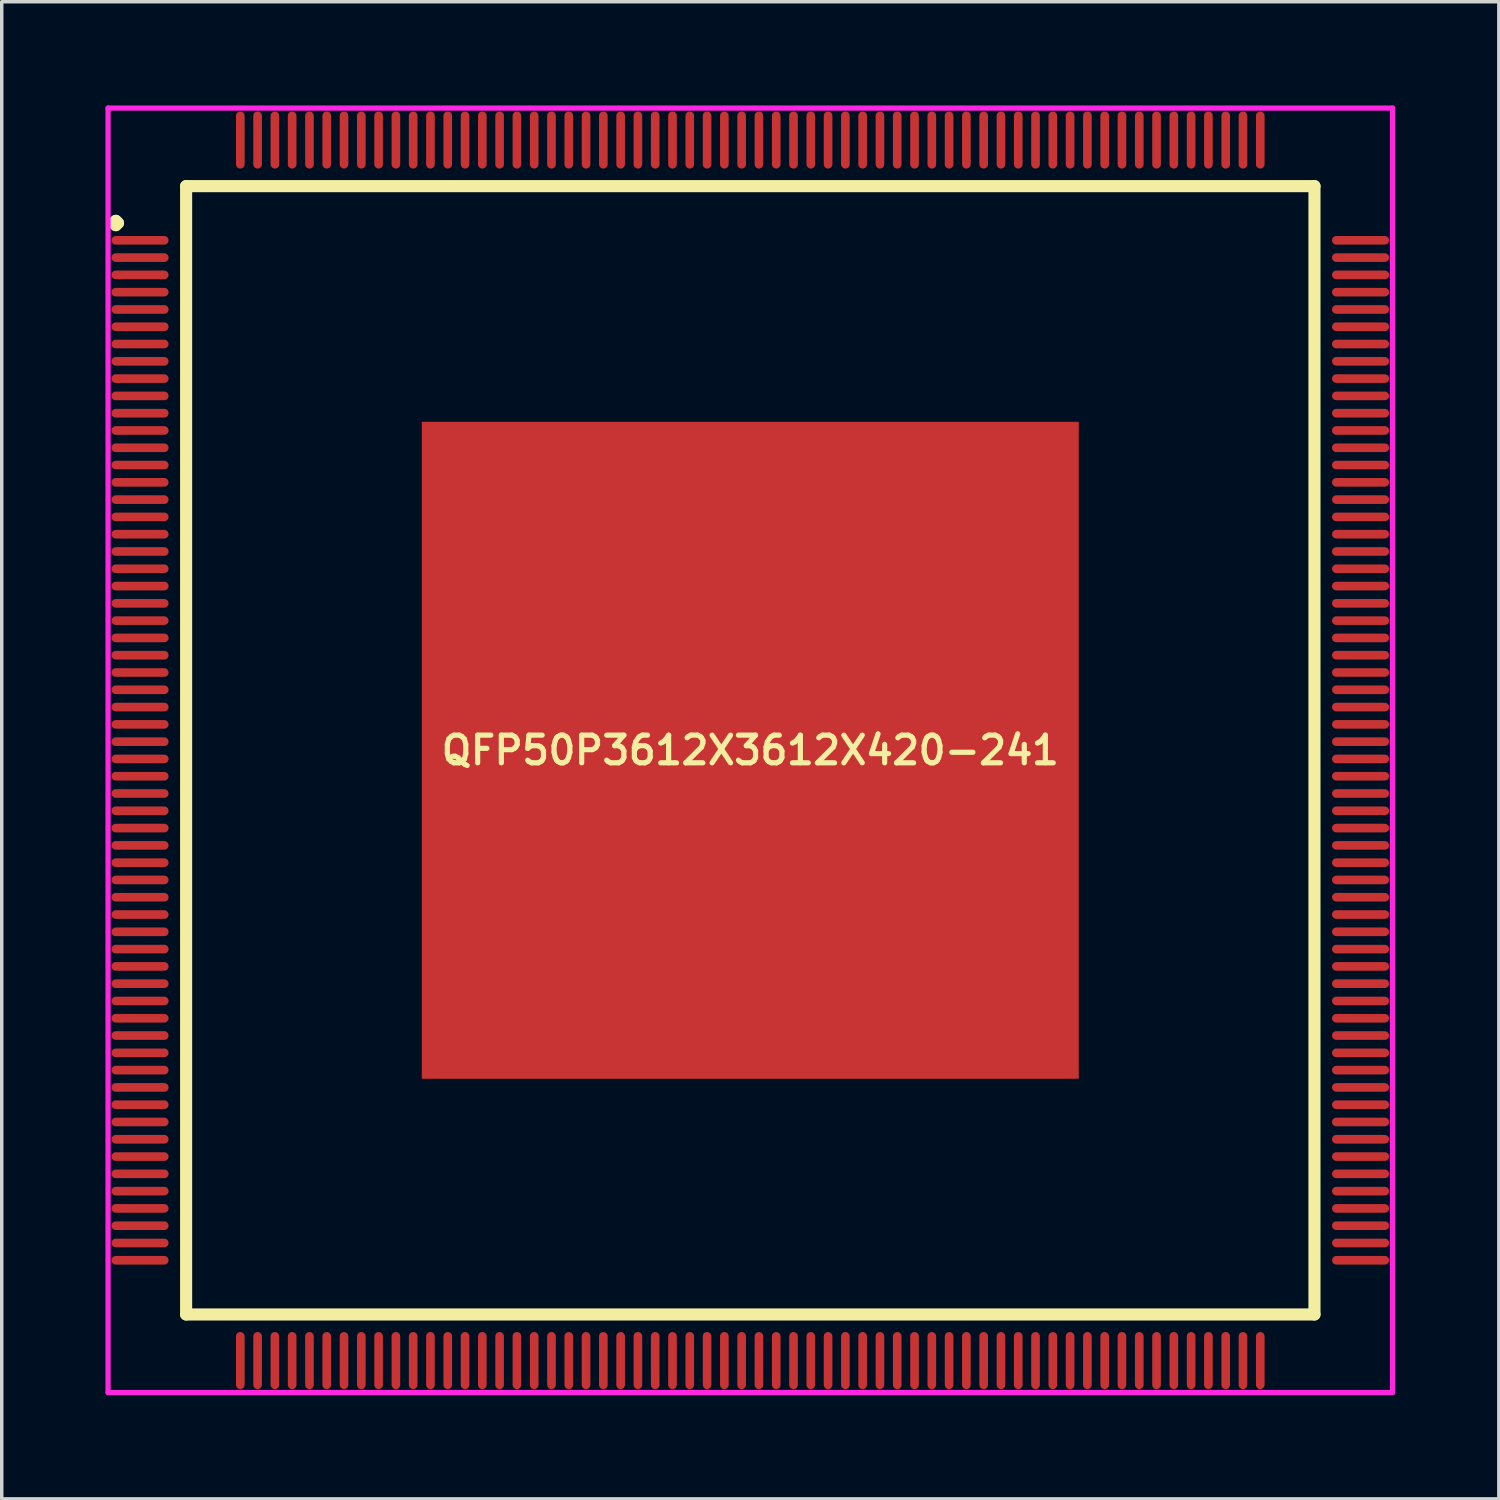
<source format=kicad_pcb>
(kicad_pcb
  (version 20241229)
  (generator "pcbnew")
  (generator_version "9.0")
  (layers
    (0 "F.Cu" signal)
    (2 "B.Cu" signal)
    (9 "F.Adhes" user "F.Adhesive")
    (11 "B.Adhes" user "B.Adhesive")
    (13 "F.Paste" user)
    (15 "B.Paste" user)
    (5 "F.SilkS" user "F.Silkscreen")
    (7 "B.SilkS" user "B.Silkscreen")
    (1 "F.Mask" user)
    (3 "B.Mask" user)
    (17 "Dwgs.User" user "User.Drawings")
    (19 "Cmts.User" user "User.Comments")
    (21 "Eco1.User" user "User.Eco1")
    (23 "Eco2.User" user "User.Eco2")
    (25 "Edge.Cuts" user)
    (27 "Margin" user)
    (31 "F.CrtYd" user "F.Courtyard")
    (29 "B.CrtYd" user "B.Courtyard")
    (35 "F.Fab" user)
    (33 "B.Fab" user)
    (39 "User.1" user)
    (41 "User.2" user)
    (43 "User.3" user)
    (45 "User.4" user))
  (footprint "QFP50P3612X3612X420-241"
    (layer "F.Cu")
    (at 18.65 18.65)
    (property "Reference" "QFP50P3612X3612X420-241" (at 0 0 0) (layer "F.SilkS") (effects (font (size 0.8 0.8) (thickness 0.15))))
    (attr smd)
    (fp_line (start -18.413 -15.25) (end -18.35 -15.312) (stroke (width 0.35) (type solid)) (layer "F.SilkS"))
    (fp_line (start -18.35 -15.312) (end -18.288 -15.25) (stroke (width 0.35) (type solid)) (layer "F.SilkS"))
    (fp_line (start -18.35 -15.188) (end -18.413 -15.25) (stroke (width 0.35) (type solid)) (layer "F.SilkS"))
    (fp_line (start -18.288 -15.25) (end -18.35 -15.188) (stroke (width 0.35) (type solid)) (layer "F.SilkS"))
    (fp_line (start -16.317 -16.317) (end -16.317 16.317) (stroke (width 0.35) (type solid)) (layer "F.SilkS"))
    (fp_line (start -16.317 16.317) (end 16.317 16.317) (stroke (width 0.35) (type solid)) (layer "F.SilkS"))
    (fp_line (start 16.317 -16.317) (end -16.317 -16.317) (stroke (width 0.35) (type solid)) (layer "F.SilkS"))
    (fp_line (start 16.317 16.317) (end 16.317 -16.317) (stroke (width 0.35) (type solid)) (layer "F.SilkS"))
    (fp_line (start -18.575 -18.575) (end 18.575 -18.575) (stroke (width 0.15) (type solid)) (layer "F.CrtYd"))
    (fp_line (start -18.575 18.575) (end -18.575 -18.575) (stroke (width 0.15) (type solid)) (layer "F.CrtYd"))
    (fp_line (start 18.575 -18.575) (end 18.575 18.575) (stroke (width 0.15) (type solid)) (layer "F.CrtYd"))
    (fp_line (start 18.575 18.575) (end -18.575 18.575) (stroke (width 0.15) (type solid)) (layer "F.CrtYd"))
    (pad "1" smd oval (at -17.65 -14.75) (size 1.65 0.25) (layers "F.Cu" "F.Mask" "F.Paste"))
    (pad "2" smd oval (at -17.65 -14.25) (size 1.65 0.25) (layers "F.Cu" "F.Mask" "F.Paste"))
    (pad "3" smd oval (at -17.65 -13.75) (size 1.65 0.25) (layers "F.Cu" "F.Mask" "F.Paste"))
    (pad "4" smd oval (at -17.65 -13.25) (size 1.65 0.25) (layers "F.Cu" "F.Mask" "F.Paste"))
    (pad "5" smd oval (at -17.65 -12.75) (size 1.65 0.25) (layers "F.Cu" "F.Mask" "F.Paste"))
    (pad "6" smd oval (at -17.65 -12.25) (size 1.65 0.25) (layers "F.Cu" "F.Mask" "F.Paste"))
    (pad "7" smd oval (at -17.65 -11.75) (size 1.65 0.25) (layers "F.Cu" "F.Mask" "F.Paste"))
    (pad "8" smd oval (at -17.65 -11.25) (size 1.65 0.25) (layers "F.Cu" "F.Mask" "F.Paste"))
    (pad "9" smd oval (at -17.65 -10.75) (size 1.65 0.25) (layers "F.Cu" "F.Mask" "F.Paste"))
    (pad "10" smd oval (at -17.65 -10.25) (size 1.65 0.25) (layers "F.Cu" "F.Mask" "F.Paste"))
    (pad "11" smd oval (at -17.65 -9.75) (size 1.65 0.25) (layers "F.Cu" "F.Mask" "F.Paste"))
    (pad "12" smd oval (at -17.65 -9.25) (size 1.65 0.25) (layers "F.Cu" "F.Mask" "F.Paste"))
    (pad "13" smd oval (at -17.65 -8.75) (size 1.65 0.25) (layers "F.Cu" "F.Mask" "F.Paste"))
    (pad "14" smd oval (at -17.65 -8.25) (size 1.65 0.25) (layers "F.Cu" "F.Mask" "F.Paste"))
    (pad "15" smd oval (at -17.65 -7.75) (size 1.65 0.25) (layers "F.Cu" "F.Mask" "F.Paste"))
    (pad "16" smd oval (at -17.65 -7.25) (size 1.65 0.25) (layers "F.Cu" "F.Mask" "F.Paste"))
    (pad "17" smd oval (at -17.65 -6.75) (size 1.65 0.25) (layers "F.Cu" "F.Mask" "F.Paste"))
    (pad "18" smd oval (at -17.65 -6.25) (size 1.65 0.25) (layers "F.Cu" "F.Mask" "F.Paste"))
    (pad "19" smd oval (at -17.65 -5.75) (size 1.65 0.25) (layers "F.Cu" "F.Mask" "F.Paste"))
    (pad "20" smd oval (at -17.65 -5.25) (size 1.65 0.25) (layers "F.Cu" "F.Mask" "F.Paste"))
    (pad "21" smd oval (at -17.65 -4.75) (size 1.65 0.25) (layers "F.Cu" "F.Mask" "F.Paste"))
    (pad "22" smd oval (at -17.65 -4.25) (size 1.65 0.25) (layers "F.Cu" "F.Mask" "F.Paste"))
    (pad "23" smd oval (at -17.65 -3.75) (size 1.65 0.25) (layers "F.Cu" "F.Mask" "F.Paste"))
    (pad "24" smd oval (at -17.65 -3.25) (size 1.65 0.25) (layers "F.Cu" "F.Mask" "F.Paste"))
    (pad "25" smd oval (at -17.65 -2.75) (size 1.65 0.25) (layers "F.Cu" "F.Mask" "F.Paste"))
    (pad "26" smd oval (at -17.65 -2.25) (size 1.65 0.25) (layers "F.Cu" "F.Mask" "F.Paste"))
    (pad "27" smd oval (at -17.65 -1.75) (size 1.65 0.25) (layers "F.Cu" "F.Mask" "F.Paste"))
    (pad "28" smd oval (at -17.65 -1.25) (size 1.65 0.25) (layers "F.Cu" "F.Mask" "F.Paste"))
    (pad "29" smd oval (at -17.65 -0.75) (size 1.65 0.25) (layers "F.Cu" "F.Mask" "F.Paste"))
    (pad "30" smd oval (at -17.65 -0.25) (size 1.65 0.25) (layers "F.Cu" "F.Mask" "F.Paste"))
    (pad "31" smd oval (at -17.65 0.25) (size 1.65 0.25) (layers "F.Cu" "F.Mask" "F.Paste"))
    (pad "32" smd oval (at -17.65 0.75) (size 1.65 0.25) (layers "F.Cu" "F.Mask" "F.Paste"))
    (pad "33" smd oval (at -17.65 1.25) (size 1.65 0.25) (layers "F.Cu" "F.Mask" "F.Paste"))
    (pad "34" smd oval (at -17.65 1.75) (size 1.65 0.25) (layers "F.Cu" "F.Mask" "F.Paste"))
    (pad "35" smd oval (at -17.65 2.25) (size 1.65 0.25) (layers "F.Cu" "F.Mask" "F.Paste"))
    (pad "36" smd oval (at -17.65 2.75) (size 1.65 0.25) (layers "F.Cu" "F.Mask" "F.Paste"))
    (pad "37" smd oval (at -17.65 3.25) (size 1.65 0.25) (layers "F.Cu" "F.Mask" "F.Paste"))
    (pad "38" smd oval (at -17.65 3.75) (size 1.65 0.25) (layers "F.Cu" "F.Mask" "F.Paste"))
    (pad "39" smd oval (at -17.65 4.25) (size 1.65 0.25) (layers "F.Cu" "F.Mask" "F.Paste"))
    (pad "40" smd oval (at -17.65 4.75) (size 1.65 0.25) (layers "F.Cu" "F.Mask" "F.Paste"))
    (pad "41" smd oval (at -17.65 5.25) (size 1.65 0.25) (layers "F.Cu" "F.Mask" "F.Paste"))
    (pad "42" smd oval (at -17.65 5.75) (size 1.65 0.25) (layers "F.Cu" "F.Mask" "F.Paste"))
    (pad "43" smd oval (at -17.65 6.25) (size 1.65 0.25) (layers "F.Cu" "F.Mask" "F.Paste"))
    (pad "44" smd oval (at -17.65 6.75) (size 1.65 0.25) (layers "F.Cu" "F.Mask" "F.Paste"))
    (pad "45" smd oval (at -17.65 7.25) (size 1.65 0.25) (layers "F.Cu" "F.Mask" "F.Paste"))
    (pad "46" smd oval (at -17.65 7.75) (size 1.65 0.25) (layers "F.Cu" "F.Mask" "F.Paste"))
    (pad "47" smd oval (at -17.65 8.25) (size 1.65 0.25) (layers "F.Cu" "F.Mask" "F.Paste"))
    (pad "48" smd oval (at -17.65 8.75) (size 1.65 0.25) (layers "F.Cu" "F.Mask" "F.Paste"))
    (pad "49" smd oval (at -17.65 9.25) (size 1.65 0.25) (layers "F.Cu" "F.Mask" "F.Paste"))
    (pad "50" smd oval (at -17.65 9.75) (size 1.65 0.25) (layers "F.Cu" "F.Mask" "F.Paste"))
    (pad "51" smd oval (at -17.65 10.25) (size 1.65 0.25) (layers "F.Cu" "F.Mask" "F.Paste"))
    (pad "52" smd oval (at -17.65 10.75) (size 1.65 0.25) (layers "F.Cu" "F.Mask" "F.Paste"))
    (pad "53" smd oval (at -17.65 11.25) (size 1.65 0.25) (layers "F.Cu" "F.Mask" "F.Paste"))
    (pad "54" smd oval (at -17.65 11.75) (size 1.65 0.25) (layers "F.Cu" "F.Mask" "F.Paste"))
    (pad "55" smd oval (at -17.65 12.25) (size 1.65 0.25) (layers "F.Cu" "F.Mask" "F.Paste"))
    (pad "56" smd oval (at -17.65 12.75) (size 1.65 0.25) (layers "F.Cu" "F.Mask" "F.Paste"))
    (pad "57" smd oval (at -17.65 13.25) (size 1.65 0.25) (layers "F.Cu" "F.Mask" "F.Paste"))
    (pad "58" smd oval (at -17.65 13.75) (size 1.65 0.25) (layers "F.Cu" "F.Mask" "F.Paste"))
    (pad "59" smd oval (at -17.65 14.25) (size 1.65 0.25) (layers "F.Cu" "F.Mask" "F.Paste"))
    (pad "60" smd oval (at -17.65 14.75) (size 1.65 0.25) (layers "F.Cu" "F.Mask" "F.Paste"))
    (pad "61" smd oval (at -14.75 17.65) (size 0.25 1.65) (layers "F.Cu" "F.Mask" "F.Paste"))
    (pad "62" smd oval (at -14.25 17.65) (size 0.25 1.65) (layers "F.Cu" "F.Mask" "F.Paste"))
    (pad "63" smd oval (at -13.75 17.65) (size 0.25 1.65) (layers "F.Cu" "F.Mask" "F.Paste"))
    (pad "64" smd oval (at -13.25 17.65) (size 0.25 1.65) (layers "F.Cu" "F.Mask" "F.Paste"))
    (pad "65" smd oval (at -12.75 17.65) (size 0.25 1.65) (layers "F.Cu" "F.Mask" "F.Paste"))
    (pad "66" smd oval (at -12.25 17.65) (size 0.25 1.65) (layers "F.Cu" "F.Mask" "F.Paste"))
    (pad "67" smd oval (at -11.75 17.65) (size 0.25 1.65) (layers "F.Cu" "F.Mask" "F.Paste"))
    (pad "68" smd oval (at -11.25 17.65) (size 0.25 1.65) (layers "F.Cu" "F.Mask" "F.Paste"))
    (pad "69" smd oval (at -10.75 17.65) (size 0.25 1.65) (layers "F.Cu" "F.Mask" "F.Paste"))
    (pad "70" smd oval (at -10.25 17.65) (size 0.25 1.65) (layers "F.Cu" "F.Mask" "F.Paste"))
    (pad "71" smd oval (at -9.75 17.65) (size 0.25 1.65) (layers "F.Cu" "F.Mask" "F.Paste"))
    (pad "72" smd oval (at -9.25 17.65) (size 0.25 1.65) (layers "F.Cu" "F.Mask" "F.Paste"))
    (pad "73" smd oval (at -8.75 17.65) (size 0.25 1.65) (layers "F.Cu" "F.Mask" "F.Paste"))
    (pad "74" smd oval (at -8.25 17.65) (size 0.25 1.65) (layers "F.Cu" "F.Mask" "F.Paste"))
    (pad "75" smd oval (at -7.75 17.65) (size 0.25 1.65) (layers "F.Cu" "F.Mask" "F.Paste"))
    (pad "76" smd oval (at -7.25 17.65) (size 0.25 1.65) (layers "F.Cu" "F.Mask" "F.Paste"))
    (pad "77" smd oval (at -6.75 17.65) (size 0.25 1.65) (layers "F.Cu" "F.Mask" "F.Paste"))
    (pad "78" smd oval (at -6.25 17.65) (size 0.25 1.65) (layers "F.Cu" "F.Mask" "F.Paste"))
    (pad "79" smd oval (at -5.75 17.65) (size 0.25 1.65) (layers "F.Cu" "F.Mask" "F.Paste"))
    (pad "80" smd oval (at -5.25 17.65) (size 0.25 1.65) (layers "F.Cu" "F.Mask" "F.Paste"))
    (pad "81" smd oval (at -4.75 17.65) (size 0.25 1.65) (layers "F.Cu" "F.Mask" "F.Paste"))
    (pad "82" smd oval (at -4.25 17.65) (size 0.25 1.65) (layers "F.Cu" "F.Mask" "F.Paste"))
    (pad "83" smd oval (at -3.75 17.65) (size 0.25 1.65) (layers "F.Cu" "F.Mask" "F.Paste"))
    (pad "84" smd oval (at -3.25 17.65) (size 0.25 1.65) (layers "F.Cu" "F.Mask" "F.Paste"))
    (pad "85" smd oval (at -2.75 17.65) (size 0.25 1.65) (layers "F.Cu" "F.Mask" "F.Paste"))
    (pad "86" smd oval (at -2.25 17.65) (size 0.25 1.65) (layers "F.Cu" "F.Mask" "F.Paste"))
    (pad "87" smd oval (at -1.75 17.65) (size 0.25 1.65) (layers "F.Cu" "F.Mask" "F.Paste"))
    (pad "88" smd oval (at -1.25 17.65) (size 0.25 1.65) (layers "F.Cu" "F.Mask" "F.Paste"))
    (pad "89" smd oval (at -0.75 17.65) (size 0.25 1.65) (layers "F.Cu" "F.Mask" "F.Paste"))
    (pad "90" smd oval (at -0.25 17.65) (size 0.25 1.65) (layers "F.Cu" "F.Mask" "F.Paste"))
    (pad "91" smd oval (at 0.25 17.65) (size 0.25 1.65) (layers "F.Cu" "F.Mask" "F.Paste"))
    (pad "92" smd oval (at 0.75 17.65) (size 0.25 1.65) (layers "F.Cu" "F.Mask" "F.Paste"))
    (pad "93" smd oval (at 1.25 17.65) (size 0.25 1.65) (layers "F.Cu" "F.Mask" "F.Paste"))
    (pad "94" smd oval (at 1.75 17.65) (size 0.25 1.65) (layers "F.Cu" "F.Mask" "F.Paste"))
    (pad "95" smd oval (at 2.25 17.65) (size 0.25 1.65) (layers "F.Cu" "F.Mask" "F.Paste"))
    (pad "96" smd oval (at 2.75 17.65) (size 0.25 1.65) (layers "F.Cu" "F.Mask" "F.Paste"))
    (pad "97" smd oval (at 3.25 17.65) (size 0.25 1.65) (layers "F.Cu" "F.Mask" "F.Paste"))
    (pad "98" smd oval (at 3.75 17.65) (size 0.25 1.65) (layers "F.Cu" "F.Mask" "F.Paste"))
    (pad "99" smd oval (at 4.25 17.65) (size 0.25 1.65) (layers "F.Cu" "F.Mask" "F.Paste"))
    (pad "100" smd oval (at 4.75 17.65) (size 0.25 1.65) (layers "F.Cu" "F.Mask" "F.Paste"))
    (pad "101" smd oval (at 5.25 17.65) (size 0.25 1.65) (layers "F.Cu" "F.Mask" "F.Paste"))
    (pad "102" smd oval (at 5.75 17.65) (size 0.25 1.65) (layers "F.Cu" "F.Mask" "F.Paste"))
    (pad "103" smd oval (at 6.25 17.65) (size 0.25 1.65) (layers "F.Cu" "F.Mask" "F.Paste"))
    (pad "104" smd oval (at 6.75 17.65) (size 0.25 1.65) (layers "F.Cu" "F.Mask" "F.Paste"))
    (pad "105" smd oval (at 7.25 17.65) (size 0.25 1.65) (layers "F.Cu" "F.Mask" "F.Paste"))
    (pad "106" smd oval (at 7.75 17.65) (size 0.25 1.65) (layers "F.Cu" "F.Mask" "F.Paste"))
    (pad "107" smd oval (at 8.25 17.65) (size 0.25 1.65) (layers "F.Cu" "F.Mask" "F.Paste"))
    (pad "108" smd oval (at 8.75 17.65) (size 0.25 1.65) (layers "F.Cu" "F.Mask" "F.Paste"))
    (pad "109" smd oval (at 9.25 17.65) (size 0.25 1.65) (layers "F.Cu" "F.Mask" "F.Paste"))
    (pad "110" smd oval (at 9.75 17.65) (size 0.25 1.65) (layers "F.Cu" "F.Mask" "F.Paste"))
    (pad "111" smd oval (at 10.25 17.65) (size 0.25 1.65) (layers "F.Cu" "F.Mask" "F.Paste"))
    (pad "112" smd oval (at 10.75 17.65) (size 0.25 1.65) (layers "F.Cu" "F.Mask" "F.Paste"))
    (pad "113" smd oval (at 11.25 17.65) (size 0.25 1.65) (layers "F.Cu" "F.Mask" "F.Paste"))
    (pad "114" smd oval (at 11.75 17.65) (size 0.25 1.65) (layers "F.Cu" "F.Mask" "F.Paste"))
    (pad "115" smd oval (at 12.25 17.65) (size 0.25 1.65) (layers "F.Cu" "F.Mask" "F.Paste"))
    (pad "116" smd oval (at 12.75 17.65) (size 0.25 1.65) (layers "F.Cu" "F.Mask" "F.Paste"))
    (pad "117" smd oval (at 13.25 17.65) (size 0.25 1.65) (layers "F.Cu" "F.Mask" "F.Paste"))
    (pad "118" smd oval (at 13.75 17.65) (size 0.25 1.65) (layers "F.Cu" "F.Mask" "F.Paste"))
    (pad "119" smd oval (at 14.25 17.65) (size 0.25 1.65) (layers "F.Cu" "F.Mask" "F.Paste"))
    (pad "120" smd oval (at 14.75 17.65) (size 0.25 1.65) (layers "F.Cu" "F.Mask" "F.Paste"))
    (pad "121" smd oval (at 17.65 14.75) (size 1.65 0.25) (layers "F.Cu" "F.Mask" "F.Paste"))
    (pad "122" smd oval (at 17.65 14.25) (size 1.65 0.25) (layers "F.Cu" "F.Mask" "F.Paste"))
    (pad "123" smd oval (at 17.65 13.75) (size 1.65 0.25) (layers "F.Cu" "F.Mask" "F.Paste"))
    (pad "124" smd oval (at 17.65 13.25) (size 1.65 0.25) (layers "F.Cu" "F.Mask" "F.Paste"))
    (pad "125" smd oval (at 17.65 12.75) (size 1.65 0.25) (layers "F.Cu" "F.Mask" "F.Paste"))
    (pad "126" smd oval (at 17.65 12.25) (size 1.65 0.25) (layers "F.Cu" "F.Mask" "F.Paste"))
    (pad "127" smd oval (at 17.65 11.75) (size 1.65 0.25) (layers "F.Cu" "F.Mask" "F.Paste"))
    (pad "128" smd oval (at 17.65 11.25) (size 1.65 0.25) (layers "F.Cu" "F.Mask" "F.Paste"))
    (pad "129" smd oval (at 17.65 10.75) (size 1.65 0.25) (layers "F.Cu" "F.Mask" "F.Paste"))
    (pad "130" smd oval (at 17.65 10.25) (size 1.65 0.25) (layers "F.Cu" "F.Mask" "F.Paste"))
    (pad "131" smd oval (at 17.65 9.75) (size 1.65 0.25) (layers "F.Cu" "F.Mask" "F.Paste"))
    (pad "132" smd oval (at 17.65 9.25) (size 1.65 0.25) (layers "F.Cu" "F.Mask" "F.Paste"))
    (pad "133" smd oval (at 17.65 8.75) (size 1.65 0.25) (layers "F.Cu" "F.Mask" "F.Paste"))
    (pad "134" smd oval (at 17.65 8.25) (size 1.65 0.25) (layers "F.Cu" "F.Mask" "F.Paste"))
    (pad "135" smd oval (at 17.65 7.75) (size 1.65 0.25) (layers "F.Cu" "F.Mask" "F.Paste"))
    (pad "136" smd oval (at 17.65 7.25) (size 1.65 0.25) (layers "F.Cu" "F.Mask" "F.Paste"))
    (pad "137" smd oval (at 17.65 6.75) (size 1.65 0.25) (layers "F.Cu" "F.Mask" "F.Paste"))
    (pad "138" smd oval (at 17.65 6.25) (size 1.65 0.25) (layers "F.Cu" "F.Mask" "F.Paste"))
    (pad "139" smd oval (at 17.65 5.75) (size 1.65 0.25) (layers "F.Cu" "F.Mask" "F.Paste"))
    (pad "140" smd oval (at 17.65 5.25) (size 1.65 0.25) (layers "F.Cu" "F.Mask" "F.Paste"))
    (pad "141" smd oval (at 17.65 4.75) (size 1.65 0.25) (layers "F.Cu" "F.Mask" "F.Paste"))
    (pad "142" smd oval (at 17.65 4.25) (size 1.65 0.25) (layers "F.Cu" "F.Mask" "F.Paste"))
    (pad "143" smd oval (at 17.65 3.75) (size 1.65 0.25) (layers "F.Cu" "F.Mask" "F.Paste"))
    (pad "144" smd oval (at 17.65 3.25) (size 1.65 0.25) (layers "F.Cu" "F.Mask" "F.Paste"))
    (pad "145" smd oval (at 17.65 2.75) (size 1.65 0.25) (layers "F.Cu" "F.Mask" "F.Paste"))
    (pad "146" smd oval (at 17.65 2.25) (size 1.65 0.25) (layers "F.Cu" "F.Mask" "F.Paste"))
    (pad "147" smd oval (at 17.65 1.75) (size 1.65 0.25) (layers "F.Cu" "F.Mask" "F.Paste"))
    (pad "148" smd oval (at 17.65 1.25) (size 1.65 0.25) (layers "F.Cu" "F.Mask" "F.Paste"))
    (pad "149" smd oval (at 17.65 0.75) (size 1.65 0.25) (layers "F.Cu" "F.Mask" "F.Paste"))
    (pad "150" smd oval (at 17.65 0.25) (size 1.65 0.25) (layers "F.Cu" "F.Mask" "F.Paste"))
    (pad "151" smd oval (at 17.65 -0.25) (size 1.65 0.25) (layers "F.Cu" "F.Mask" "F.Paste"))
    (pad "152" smd oval (at 17.65 -0.75) (size 1.65 0.25) (layers "F.Cu" "F.Mask" "F.Paste"))
    (pad "153" smd oval (at 17.65 -1.25) (size 1.65 0.25) (layers "F.Cu" "F.Mask" "F.Paste"))
    (pad "154" smd oval (at 17.65 -1.75) (size 1.65 0.25) (layers "F.Cu" "F.Mask" "F.Paste"))
    (pad "155" smd oval (at 17.65 -2.25) (size 1.65 0.25) (layers "F.Cu" "F.Mask" "F.Paste"))
    (pad "156" smd oval (at 17.65 -2.75) (size 1.65 0.25) (layers "F.Cu" "F.Mask" "F.Paste"))
    (pad "157" smd oval (at 17.65 -3.25) (size 1.65 0.25) (layers "F.Cu" "F.Mask" "F.Paste"))
    (pad "158" smd oval (at 17.65 -3.75) (size 1.65 0.25) (layers "F.Cu" "F.Mask" "F.Paste"))
    (pad "159" smd oval (at 17.65 -4.25) (size 1.65 0.25) (layers "F.Cu" "F.Mask" "F.Paste"))
    (pad "160" smd oval (at 17.65 -4.75) (size 1.65 0.25) (layers "F.Cu" "F.Mask" "F.Paste"))
    (pad "161" smd oval (at 17.65 -5.25) (size 1.65 0.25) (layers "F.Cu" "F.Mask" "F.Paste"))
    (pad "162" smd oval (at 17.65 -5.75) (size 1.65 0.25) (layers "F.Cu" "F.Mask" "F.Paste"))
    (pad "163" smd oval (at 17.65 -6.25) (size 1.65 0.25) (layers "F.Cu" "F.Mask" "F.Paste"))
    (pad "164" smd oval (at 17.65 -6.75) (size 1.65 0.25) (layers "F.Cu" "F.Mask" "F.Paste"))
    (pad "165" smd oval (at 17.65 -7.25) (size 1.65 0.25) (layers "F.Cu" "F.Mask" "F.Paste"))
    (pad "166" smd oval (at 17.65 -7.75) (size 1.65 0.25) (layers "F.Cu" "F.Mask" "F.Paste"))
    (pad "167" smd oval (at 17.65 -8.25) (size 1.65 0.25) (layers "F.Cu" "F.Mask" "F.Paste"))
    (pad "168" smd oval (at 17.65 -8.75) (size 1.65 0.25) (layers "F.Cu" "F.Mask" "F.Paste"))
    (pad "169" smd oval (at 17.65 -9.25) (size 1.65 0.25) (layers "F.Cu" "F.Mask" "F.Paste"))
    (pad "170" smd oval (at 17.65 -9.75) (size 1.65 0.25) (layers "F.Cu" "F.Mask" "F.Paste"))
    (pad "171" smd oval (at 17.65 -10.25) (size 1.65 0.25) (layers "F.Cu" "F.Mask" "F.Paste"))
    (pad "172" smd oval (at 17.65 -10.75) (size 1.65 0.25) (layers "F.Cu" "F.Mask" "F.Paste"))
    (pad "173" smd oval (at 17.65 -11.25) (size 1.65 0.25) (layers "F.Cu" "F.Mask" "F.Paste"))
    (pad "174" smd oval (at 17.65 -11.75) (size 1.65 0.25) (layers "F.Cu" "F.Mask" "F.Paste"))
    (pad "175" smd oval (at 17.65 -12.25) (size 1.65 0.25) (layers "F.Cu" "F.Mask" "F.Paste"))
    (pad "176" smd oval (at 17.65 -12.75) (size 1.65 0.25) (layers "F.Cu" "F.Mask" "F.Paste"))
    (pad "177" smd oval (at 17.65 -13.25) (size 1.65 0.25) (layers "F.Cu" "F.Mask" "F.Paste"))
    (pad "178" smd oval (at 17.65 -13.75) (size 1.65 0.25) (layers "F.Cu" "F.Mask" "F.Paste"))
    (pad "179" smd oval (at 17.65 -14.25) (size 1.65 0.25) (layers "F.Cu" "F.Mask" "F.Paste"))
    (pad "180" smd oval (at 17.65 -14.75) (size 1.65 0.25) (layers "F.Cu" "F.Mask" "F.Paste"))
    (pad "181" smd oval (at 14.75 -17.65) (size 0.25 1.65) (layers "F.Cu" "F.Mask" "F.Paste"))
    (pad "182" smd oval (at 14.25 -17.65) (size 0.25 1.65) (layers "F.Cu" "F.Mask" "F.Paste"))
    (pad "183" smd oval (at 13.75 -17.65) (size 0.25 1.65) (layers "F.Cu" "F.Mask" "F.Paste"))
    (pad "184" smd oval (at 13.25 -17.65) (size 0.25 1.65) (layers "F.Cu" "F.Mask" "F.Paste"))
    (pad "185" smd oval (at 12.75 -17.65) (size 0.25 1.65) (layers "F.Cu" "F.Mask" "F.Paste"))
    (pad "186" smd oval (at 12.25 -17.65) (size 0.25 1.65) (layers "F.Cu" "F.Mask" "F.Paste"))
    (pad "187" smd oval (at 11.75 -17.65) (size 0.25 1.65) (layers "F.Cu" "F.Mask" "F.Paste"))
    (pad "188" smd oval (at 11.25 -17.65) (size 0.25 1.65) (layers "F.Cu" "F.Mask" "F.Paste"))
    (pad "189" smd oval (at 10.75 -17.65) (size 0.25 1.65) (layers "F.Cu" "F.Mask" "F.Paste"))
    (pad "190" smd oval (at 10.25 -17.65) (size 0.25 1.65) (layers "F.Cu" "F.Mask" "F.Paste"))
    (pad "191" smd oval (at 9.75 -17.65) (size 0.25 1.65) (layers "F.Cu" "F.Mask" "F.Paste"))
    (pad "192" smd oval (at 9.25 -17.65) (size 0.25 1.65) (layers "F.Cu" "F.Mask" "F.Paste"))
    (pad "193" smd oval (at 8.75 -17.65) (size 0.25 1.65) (layers "F.Cu" "F.Mask" "F.Paste"))
    (pad "194" smd oval (at 8.25 -17.65) (size 0.25 1.65) (layers "F.Cu" "F.Mask" "F.Paste"))
    (pad "195" smd oval (at 7.75 -17.65) (size 0.25 1.65) (layers "F.Cu" "F.Mask" "F.Paste"))
    (pad "196" smd oval (at 7.25 -17.65) (size 0.25 1.65) (layers "F.Cu" "F.Mask" "F.Paste"))
    (pad "197" smd oval (at 6.75 -17.65) (size 0.25 1.65) (layers "F.Cu" "F.Mask" "F.Paste"))
    (pad "198" smd oval (at 6.25 -17.65) (size 0.25 1.65) (layers "F.Cu" "F.Mask" "F.Paste"))
    (pad "199" smd oval (at 5.75 -17.65) (size 0.25 1.65) (layers "F.Cu" "F.Mask" "F.Paste"))
    (pad "200" smd oval (at 5.25 -17.65) (size 0.25 1.65) (layers "F.Cu" "F.Mask" "F.Paste"))
    (pad "201" smd oval (at 4.75 -17.65) (size 0.25 1.65) (layers "F.Cu" "F.Mask" "F.Paste"))
    (pad "202" smd oval (at 4.25 -17.65) (size 0.25 1.65) (layers "F.Cu" "F.Mask" "F.Paste"))
    (pad "203" smd oval (at 3.75 -17.65) (size 0.25 1.65) (layers "F.Cu" "F.Mask" "F.Paste"))
    (pad "204" smd oval (at 3.25 -17.65) (size 0.25 1.65) (layers "F.Cu" "F.Mask" "F.Paste"))
    (pad "205" smd oval (at 2.75 -17.65) (size 0.25 1.65) (layers "F.Cu" "F.Mask" "F.Paste"))
    (pad "206" smd oval (at 2.25 -17.65) (size 0.25 1.65) (layers "F.Cu" "F.Mask" "F.Paste"))
    (pad "207" smd oval (at 1.75 -17.65) (size 0.25 1.65) (layers "F.Cu" "F.Mask" "F.Paste"))
    (pad "208" smd oval (at 1.25 -17.65) (size 0.25 1.65) (layers "F.Cu" "F.Mask" "F.Paste"))
    (pad "209" smd oval (at 0.75 -17.65) (size 0.25 1.65) (layers "F.Cu" "F.Mask" "F.Paste"))
    (pad "210" smd oval (at 0.25 -17.65) (size 0.25 1.65) (layers "F.Cu" "F.Mask" "F.Paste"))
    (pad "211" smd oval (at -0.25 -17.65) (size 0.25 1.65) (layers "F.Cu" "F.Mask" "F.Paste"))
    (pad "212" smd oval (at -0.75 -17.65) (size 0.25 1.65) (layers "F.Cu" "F.Mask" "F.Paste"))
    (pad "213" smd oval (at -1.25 -17.65) (size 0.25 1.65) (layers "F.Cu" "F.Mask" "F.Paste"))
    (pad "214" smd oval (at -1.75 -17.65) (size 0.25 1.65) (layers "F.Cu" "F.Mask" "F.Paste"))
    (pad "215" smd oval (at -2.25 -17.65) (size 0.25 1.65) (layers "F.Cu" "F.Mask" "F.Paste"))
    (pad "216" smd oval (at -2.75 -17.65) (size 0.25 1.65) (layers "F.Cu" "F.Mask" "F.Paste"))
    (pad "217" smd oval (at -3.25 -17.65) (size 0.25 1.65) (layers "F.Cu" "F.Mask" "F.Paste"))
    (pad "218" smd oval (at -3.75 -17.65) (size 0.25 1.65) (layers "F.Cu" "F.Mask" "F.Paste"))
    (pad "219" smd oval (at -4.25 -17.65) (size 0.25 1.65) (layers "F.Cu" "F.Mask" "F.Paste"))
    (pad "220" smd oval (at -4.75 -17.65) (size 0.25 1.65) (layers "F.Cu" "F.Mask" "F.Paste"))
    (pad "221" smd oval (at -5.25 -17.65) (size 0.25 1.65) (layers "F.Cu" "F.Mask" "F.Paste"))
    (pad "222" smd oval (at -5.75 -17.65) (size 0.25 1.65) (layers "F.Cu" "F.Mask" "F.Paste"))
    (pad "223" smd oval (at -6.25 -17.65) (size 0.25 1.65) (layers "F.Cu" "F.Mask" "F.Paste"))
    (pad "224" smd oval (at -6.75 -17.65) (size 0.25 1.65) (layers "F.Cu" "F.Mask" "F.Paste"))
    (pad "225" smd oval (at -7.25 -17.65) (size 0.25 1.65) (layers "F.Cu" "F.Mask" "F.Paste"))
    (pad "226" smd oval (at -7.75 -17.65) (size 0.25 1.65) (layers "F.Cu" "F.Mask" "F.Paste"))
    (pad "227" smd oval (at -8.25 -17.65) (size 0.25 1.65) (layers "F.Cu" "F.Mask" "F.Paste"))
    (pad "228" smd oval (at -8.75 -17.65) (size 0.25 1.65) (layers "F.Cu" "F.Mask" "F.Paste"))
    (pad "229" smd oval (at -9.25 -17.65) (size 0.25 1.65) (layers "F.Cu" "F.Mask" "F.Paste"))
    (pad "230" smd oval (at -9.75 -17.65) (size 0.25 1.65) (layers "F.Cu" "F.Mask" "F.Paste"))
    (pad "231" smd oval (at -10.25 -17.65) (size 0.25 1.65) (layers "F.Cu" "F.Mask" "F.Paste"))
    (pad "232" smd oval (at -10.75 -17.65) (size 0.25 1.65) (layers "F.Cu" "F.Mask" "F.Paste"))
    (pad "233" smd oval (at -11.25 -17.65) (size 0.25 1.65) (layers "F.Cu" "F.Mask" "F.Paste"))
    (pad "234" smd oval (at -11.75 -17.65) (size 0.25 1.65) (layers "F.Cu" "F.Mask" "F.Paste"))
    (pad "235" smd oval (at -12.25 -17.65) (size 0.25 1.65) (layers "F.Cu" "F.Mask" "F.Paste"))
    (pad "236" smd oval (at -12.75 -17.65) (size 0.25 1.65) (layers "F.Cu" "F.Mask" "F.Paste"))
    (pad "237" smd oval (at -13.25 -17.65) (size 0.25 1.65) (layers "F.Cu" "F.Mask" "F.Paste"))
    (pad "238" smd oval (at -13.75 -17.65) (size 0.25 1.65) (layers "F.Cu" "F.Mask" "F.Paste"))
    (pad "239" smd oval (at -14.25 -17.65) (size 0.25 1.65) (layers "F.Cu" "F.Mask" "F.Paste"))
    (pad "240" smd oval (at -14.75 -17.65) (size 0.25 1.65) (layers "F.Cu" "F.Mask" "F.Paste"))
    (pad "241" smd rect (at 0 0) (size 19 19) (layers "F.Cu" "F.Mask" "F.Paste")))
  (gr_rect
    (start -3 -3)
    (end 40.3 40.3)
    (stroke (width 0.1) (type default))
    (fill no)
    (layer "Edge.Cuts")))
</source>
